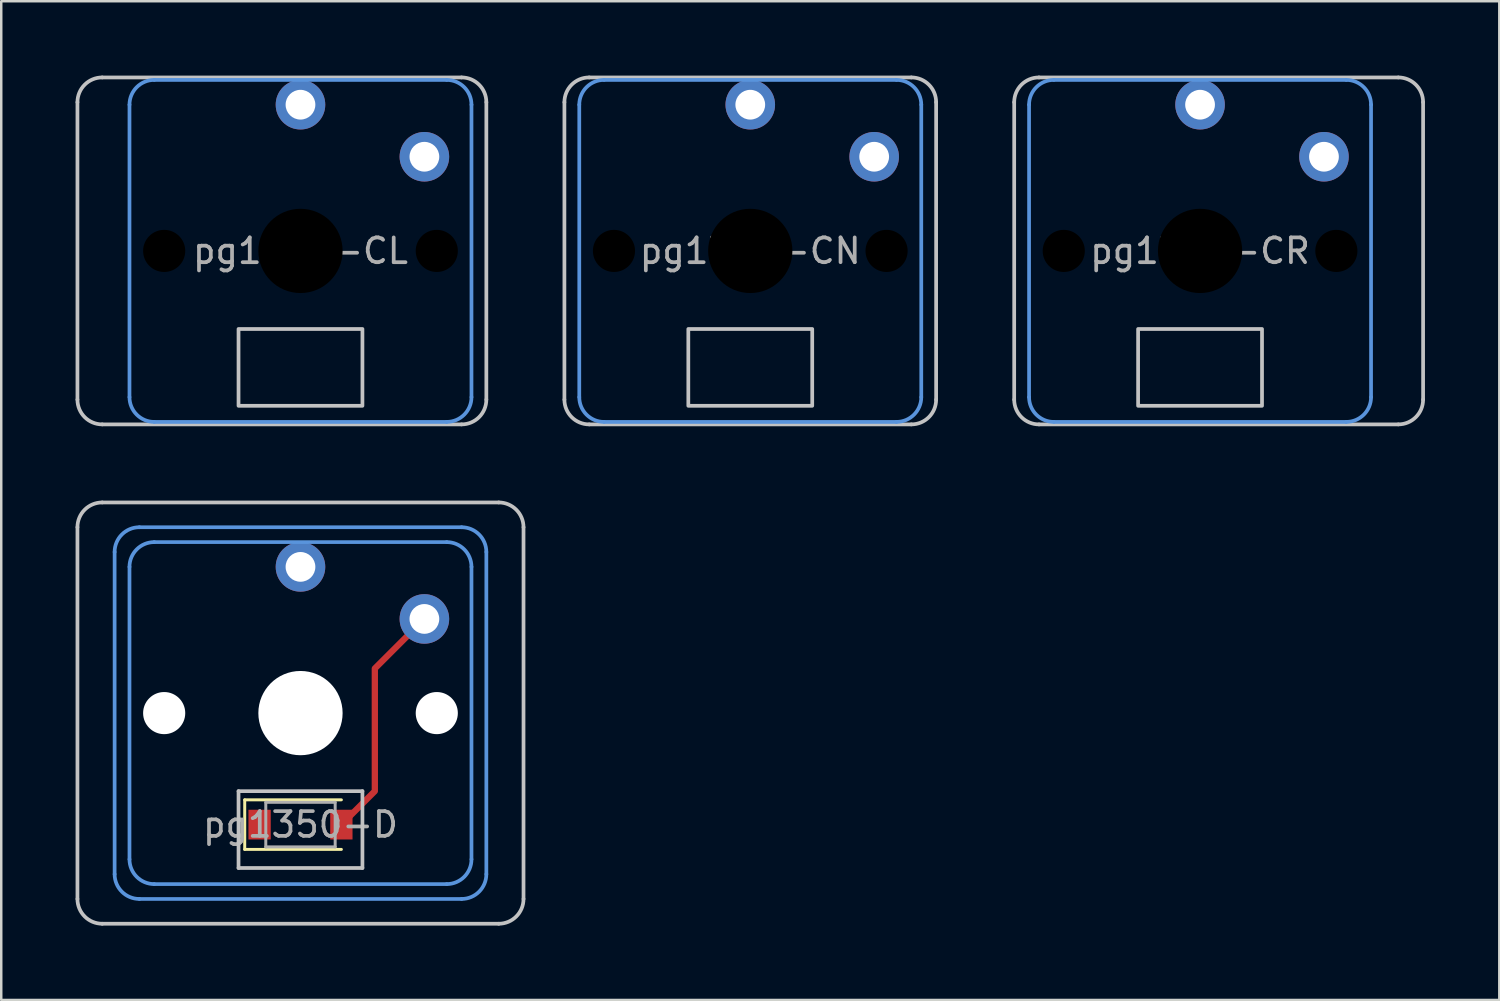
<source format=kicad_pcb>
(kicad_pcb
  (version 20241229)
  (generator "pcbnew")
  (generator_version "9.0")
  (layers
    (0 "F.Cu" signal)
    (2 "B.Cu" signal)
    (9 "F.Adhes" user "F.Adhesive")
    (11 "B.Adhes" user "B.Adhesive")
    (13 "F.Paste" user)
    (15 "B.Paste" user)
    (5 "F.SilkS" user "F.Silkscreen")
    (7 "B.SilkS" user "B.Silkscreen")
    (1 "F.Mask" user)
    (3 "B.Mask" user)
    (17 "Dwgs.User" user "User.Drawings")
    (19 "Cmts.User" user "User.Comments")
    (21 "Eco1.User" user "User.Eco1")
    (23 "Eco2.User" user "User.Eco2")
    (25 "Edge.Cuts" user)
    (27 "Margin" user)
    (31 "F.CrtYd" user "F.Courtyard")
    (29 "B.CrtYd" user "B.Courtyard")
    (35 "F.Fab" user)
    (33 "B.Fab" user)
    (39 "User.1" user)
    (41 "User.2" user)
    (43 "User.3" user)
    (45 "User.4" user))
  (footprint "pg1350-CR"
    (layer "F.Cu")
    (at 45.375 7.075)
    (property "Reference" "pg1350-CR" (at 0 0 0) (layer "F.Fab") (effects (font (size 1 1) (thickness 0.15))))
    (attr through_hole)
    (fp_line (start -7.5 6) (end -7.5 -6) (stroke (width 0.15) (type solid)) (layer "Dwgs.User"))
    (fp_line (start -6.5 -7) (end 8 -7) (stroke (width 0.15) (type solid)) (layer "Dwgs.User"))
    (fp_line (start 8 7) (end -6.5 7) (stroke (width 0.15) (type solid)) (layer "Dwgs.User"))
    (fp_line (start 9 -6) (end 9 6) (stroke (width 0.15) (type solid)) (layer "Dwgs.User"))
    (fp_rect (start 2.5 6.25) (end -2.5 3.15) (stroke (width 0.15) (type solid)) (fill no) (layer "Dwgs.User"))
    (fp_arc (start -7.5 -6) (mid -7.207107 -6.707107) (end -6.5 -7) (stroke (width 0.15) (type solid)) (layer "Dwgs.User"))
    (fp_arc (start -6.5 7) (mid -7.207107 6.707107) (end -7.5 6) (stroke (width 0.15) (type solid)) (layer "Dwgs.User"))
    (fp_arc (start 8 -7) (mid 8.707107 -6.707107) (end 9 -6) (stroke (width 0.15) (type solid)) (layer "Dwgs.User"))
    (fp_arc (start 9 6) (mid 8.707107 6.707107) (end 8 7) (stroke (width 0.15) (type solid)) (layer "Dwgs.User"))
    (fp_line (start -6.9 5.9) (end -6.9 -5.9) (stroke (width 0.15) (type solid)) (layer "Cmts.User"))
    (fp_line (start -5.9 -6.9) (end 5.9 -6.9) (stroke (width 0.15) (type solid)) (layer "Cmts.User"))
    (fp_line (start 5.9 6.9) (end -5.9 6.9) (stroke (width 0.15) (type solid)) (layer "Cmts.User"))
    (fp_line (start 6.9 -5.9) (end 6.9 5.9) (stroke (width 0.15) (type solid)) (layer "Cmts.User"))
    (fp_arc (start -6.9 -5.9) (mid -6.607107 -6.607107) (end -5.9 -6.9) (stroke (width 0.15) (type solid)) (layer "Cmts.User"))
    (fp_arc (start -5.9 6.9) (mid -6.607107 6.607107) (end -6.9 5.9) (stroke (width 0.15) (type solid)) (layer "Cmts.User"))
    (fp_arc (start 5.9 -6.9) (mid 6.607107 -6.607107) (end 6.9 -5.9) (stroke (width 0.15) (type solid)) (layer "Cmts.User"))
    (fp_arc (start 6.9 5.9) (mid 6.607107 6.607107) (end 5.9 6.9) (stroke (width 0.15) (type solid)) (layer "Cmts.User"))
    (pad "" np_thru_hole circle (at -5.5 0) (size 1.7 1.7) (drill 1.7) (layers "*.Mask"))
    (pad "" np_thru_hole circle (at 0 0) (size 3.4 3.4) (drill 3.4) (layers "*.Mask"))
    (pad "" np_thru_hole circle (at 5.5 0) (size 1.7 1.7) (drill 1.7) (layers "*.Mask"))
    (pad "1" thru_hole circle (at 0 -5.9) (size 2 2) (drill 1.2) (layers "*.Cu" "B.Mask"))
    (pad "2" thru_hole circle (at 5 -3.8) (size 2 2) (drill 1.2) (layers "*.Cu" "B.Mask")))
  (footprint "pg1350-CN"
    (layer "F.Cu")
    (at 27.225 7.075)
    (property "Reference" "pg1350-CN" (at 0 0 0) (layer "F.Fab") (effects (font (size 1 1) (thickness 0.15))))
    (attr through_hole)
    (fp_line (start -7.5 6) (end -7.5 -6) (stroke (width 0.15) (type solid)) (layer "Dwgs.User"))
    (fp_line (start -6.5 -7) (end 6.5 -7) (stroke (width 0.15) (type solid)) (layer "Dwgs.User"))
    (fp_line (start 6.5 7) (end -6.5 7) (stroke (width 0.15) (type solid)) (layer "Dwgs.User"))
    (fp_line (start 7.5 -6) (end 7.5 6) (stroke (width 0.15) (type solid)) (layer "Dwgs.User"))
    (fp_rect (start 2.5 6.25) (end -2.5 3.15) (stroke (width 0.15) (type solid)) (fill no) (layer "Dwgs.User"))
    (fp_arc (start -7.5 -6) (mid -7.207107 -6.707107) (end -6.5 -7) (stroke (width 0.15) (type solid)) (layer "Dwgs.User"))
    (fp_arc (start -6.5 7) (mid -7.207107 6.707107) (end -7.5 6) (stroke (width 0.15) (type solid)) (layer "Dwgs.User"))
    (fp_arc (start 6.5 -7) (mid 7.207107 -6.707107) (end 7.5 -6) (stroke (width 0.15) (type solid)) (layer "Dwgs.User"))
    (fp_arc (start 7.5 6) (mid 7.207107 6.707107) (end 6.5 7) (stroke (width 0.15) (type solid)) (layer "Dwgs.User"))
    (fp_line (start -6.9 5.9) (end -6.9 -5.9) (stroke (width 0.15) (type solid)) (layer "Cmts.User"))
    (fp_line (start -5.9 -6.9) (end 5.9 -6.9) (stroke (width 0.15) (type solid)) (layer "Cmts.User"))
    (fp_line (start 5.9 6.9) (end -5.9 6.9) (stroke (width 0.15) (type solid)) (layer "Cmts.User"))
    (fp_line (start 6.9 -5.9) (end 6.9 5.9) (stroke (width 0.15) (type solid)) (layer "Cmts.User"))
    (fp_arc (start -6.9 -5.9) (mid -6.607107 -6.607107) (end -5.9 -6.9) (stroke (width 0.15) (type solid)) (layer "Cmts.User"))
    (fp_arc (start -5.9 6.9) (mid -6.607107 6.607107) (end -6.9 5.9) (stroke (width 0.15) (type solid)) (layer "Cmts.User"))
    (fp_arc (start 5.9 -6.9) (mid 6.607107 -6.607107) (end 6.9 -5.9) (stroke (width 0.15) (type solid)) (layer "Cmts.User"))
    (fp_arc (start 6.9 5.9) (mid 6.607107 6.607107) (end 5.9 6.9) (stroke (width 0.15) (type solid)) (layer "Cmts.User"))
    (pad "" np_thru_hole circle (at -5.5 0) (size 1.7 1.7) (drill 1.7) (layers "*.Mask"))
    (pad "" np_thru_hole circle (at 0 0) (size 3.4 3.4) (drill 3.4) (layers "*.Mask"))
    (pad "" np_thru_hole circle (at 5.5 0) (size 1.7 1.7) (drill 1.7) (layers "*.Mask"))
    (pad "1" thru_hole circle (at 0 -5.9) (size 2 2) (drill 1.2) (layers "*.Cu" "B.Mask"))
    (pad "2" thru_hole circle (at 5 -3.8) (size 2 2) (drill 1.2) (layers "*.Cu" "B.Mask")))
  (footprint "pg1350-D"
    (layer "F.Cu")
    (at 9.075 30.225)
    (property "Reference" "pg1350-D" (at 0 0 0) (layer "F.Fab") (effects (font (size 1 1) (thickness 0.15))))
    (attr through_hole)
    (fp_line (start -2.25 -1) (end -2.25 1) (stroke (width 0.12) (type solid)) (layer "F.SilkS"))
    (fp_line (start -2.25 -1) (end 1.65 -1) (stroke (width 0.12) (type solid)) (layer "F.SilkS"))
    (fp_line (start -2.25 1) (end 1.65 1) (stroke (width 0.12) (type solid)) (layer "F.SilkS"))
    (fp_line (start -9 3) (end -9 -12) (stroke (width 0.15) (type solid)) (layer "Dwgs.User"))
    (fp_line (start -8 -13) (end 8 -13) (stroke (width 0.15) (type solid)) (layer "Dwgs.User"))
    (fp_line (start -2.5 -1.35) (end -2.5 1.75) (stroke (width 0.15) (type solid)) (layer "Dwgs.User"))
    (fp_line (start -2.5 1.75) (end 2.5 1.75) (stroke (width 0.15) (type solid)) (layer "Dwgs.User"))
    (fp_line (start 2.5 -1.35) (end -2.5 -1.35) (stroke (width 0.15) (type solid)) (layer "Dwgs.User"))
    (fp_line (start 2.5 1.75) (end 2.5 -1.35) (stroke (width 0.15) (type solid)) (layer "Dwgs.User"))
    (fp_line (start 8 4) (end -8 4) (stroke (width 0.15) (type solid)) (layer "Dwgs.User"))
    (fp_line (start 9 -12) (end 9 3) (stroke (width 0.15) (type solid)) (layer "Dwgs.User"))
    (fp_arc (start -9 -12) (mid -8.707107 -12.707107) (end -8 -13) (stroke (width 0.15) (type solid)) (layer "Dwgs.User"))
    (fp_arc (start -8 4) (mid -8.707107 3.707107) (end -9 3) (stroke (width 0.15) (type solid)) (layer "Dwgs.User"))
    (fp_arc (start 8 -13) (mid 8.707107 -12.707107) (end 9 -12) (stroke (width 0.15) (type solid)) (layer "Dwgs.User"))
    (fp_arc (start 9 3) (mid 8.707107 3.707107) (end 8 4) (stroke (width 0.15) (type solid)) (layer "Dwgs.User"))
    (fp_line (start -7.5 2) (end -7.5 -11) (stroke (width 0.15) (type solid)) (layer "Cmts.User"))
    (fp_line (start -6.9 1.4) (end -6.9 -10.4) (stroke (width 0.15) (type solid)) (layer "Cmts.User"))
    (fp_line (start -6.5 -12) (end 6.5 -12) (stroke (width 0.15) (type solid)) (layer "Cmts.User"))
    (fp_line (start -5.9 -11.4) (end 5.9 -11.4) (stroke (width 0.15) (type solid)) (layer "Cmts.User"))
    (fp_line (start 5.9 2.4) (end -5.9 2.4) (stroke (width 0.15) (type solid)) (layer "Cmts.User"))
    (fp_line (start 6.5 3) (end -6.5 3) (stroke (width 0.15) (type solid)) (layer "Cmts.User"))
    (fp_line (start 6.9 -10.4) (end 6.9 1.4) (stroke (width 0.15) (type solid)) (layer "Cmts.User"))
    (fp_line (start 7.5 -11) (end 7.5 2) (stroke (width 0.15) (type solid)) (layer "Cmts.User"))
    (fp_arc (start -7.5 -11) (mid -7.207107 -11.707107) (end -6.5 -12) (stroke (width 0.15) (type solid)) (layer "Cmts.User"))
    (fp_arc (start -6.9 -10.4) (mid -6.607107 -11.107107) (end -5.9 -11.4) (stroke (width 0.15) (type solid)) (layer "Cmts.User"))
    (fp_arc (start -6.5 3) (mid -7.207107 2.707107) (end -7.5 2) (stroke (width 0.15) (type solid)) (layer "Cmts.User"))
    (fp_arc (start -5.9 2.4) (mid -6.607107 2.107107) (end -6.9 1.4) (stroke (width 0.15) (type solid)) (layer "Cmts.User"))
    (fp_arc (start 5.9 -11.4) (mid 6.607107 -11.107107) (end 6.9 -10.4) (stroke (width 0.15) (type solid)) (layer "Cmts.User"))
    (fp_arc (start 6.5 -12) (mid 7.207107 -11.707107) (end 7.5 -11) (stroke (width 0.15) (type solid)) (layer "Cmts.User"))
    (fp_arc (start 6.9 1.4) (mid 6.607107 2.107107) (end 5.9 2.4) (stroke (width 0.15) (type solid)) (layer "Cmts.User"))
    (fp_arc (start 7.5 2) (mid 7.207107 2.707107) (end 6.5 3) (stroke (width 0.15) (type solid)) (layer "Cmts.User"))
    (fp_line (start -1.4 -0.9) (end -1.4 0.9) (stroke (width 0.12) (type solid)) (layer "F.Fab"))
    (fp_line (start -1.4 0.9) (end 1.4 0.9) (stroke (width 0.12) (type solid)) (layer "F.Fab"))
    (fp_line (start 1.4 -0.9) (end -1.4 -0.9) (stroke (width 0.12) (type solid)) (layer "F.Fab"))
    (fp_line (start 1.4 0.9) (end 1.4 -0.9) (stroke (width 0.12) (type solid)) (layer "F.Fab"))
    (pad "" np_thru_hole circle (at -5.5 -4.5) (size 1.7 1.7) (drill 1.7) (layers "*.Cu" "*.Mask"))
    (pad "" np_thru_hole circle (at 0 -4.5) (size 3.4 3.4) (drill 3.4) (layers "*.Cu" "*.Mask"))
    (pad "" np_thru_hole circle (at 5.5 -4.5) (size 1.7 1.7) (drill 1.7) (layers "*.Cu" "*.Mask"))
    (pad "1" thru_hole circle (at 0 -10.4) (size 2 2) (drill 1.2) (layers "*.Cu" "B.Mask"))
    (pad "2" smd rect (at -1.65 0) (size 0.9 1.2) (layers "F.Cu" "F.Mask" "F.Paste"))
    (pad "3" smd rect (at 1.65 0) (size 0.9 1.2) (layers "F.Cu" "F.Mask" "F.Paste"))
    (pad "3" smd custom (at 5 -8.3) (size 0.001 0.001) (layers "F.Cu") (options (anchor circle)) (primitives (gr_line (start 0 0) (end -2 2) (width 0.254)) (gr_line (start -2 2) (end -2 6.95) (width 0.254)) (gr_line (start -2 6.95) (end -3.35 8.3) (width 0.254))))
    (pad "3" thru_hole circle (at 5 -8.3) (size 2 2) (drill 1.2) (layers "*.Cu" "B.Mask")))
  (footprint "pg1350-CL"
    (layer "F.Cu")
    (at 9.075 7.075)
    (property "Reference" "pg1350-CL" (at 0 0 0) (layer "F.Fab") (effects (font (size 1 1) (thickness 0.15))))
    (attr through_hole)
    (fp_line (start -9 6) (end -9 -6) (stroke (width 0.15) (type solid)) (layer "Dwgs.User"))
    (fp_line (start -8 -7) (end 6.5 -7) (stroke (width 0.15) (type solid)) (layer "Dwgs.User"))
    (fp_line (start 6.5 7) (end -8 7) (stroke (width 0.15) (type solid)) (layer "Dwgs.User"))
    (fp_line (start 7.5 -6) (end 7.5 6) (stroke (width 0.15) (type solid)) (layer "Dwgs.User"))
    (fp_rect (start 2.5 6.25) (end -2.5 3.15) (stroke (width 0.15) (type solid)) (fill no) (layer "Dwgs.User"))
    (fp_arc (start -9 -6) (mid -8.707107 -6.707107) (end -8 -7) (stroke (width 0.15) (type solid)) (layer "Dwgs.User"))
    (fp_arc (start -8 7) (mid -8.707107 6.707107) (end -9 6) (stroke (width 0.15) (type solid)) (layer "Dwgs.User"))
    (fp_arc (start 6.5 -7) (mid 7.207107 -6.707107) (end 7.5 -6) (stroke (width 0.15) (type solid)) (layer "Dwgs.User"))
    (fp_arc (start 7.5 6) (mid 7.207107 6.707107) (end 6.5 7) (stroke (width 0.15) (type solid)) (layer "Dwgs.User"))
    (fp_line (start -6.9 5.9) (end -6.9 -5.9) (stroke (width 0.15) (type solid)) (layer "Cmts.User"))
    (fp_line (start -5.9 -6.9) (end 5.9 -6.9) (stroke (width 0.15) (type solid)) (layer "Cmts.User"))
    (fp_line (start 5.9 6.9) (end -5.9 6.9) (stroke (width 0.15) (type solid)) (layer "Cmts.User"))
    (fp_line (start 6.9 -5.9) (end 6.9 5.9) (stroke (width 0.15) (type solid)) (layer "Cmts.User"))
    (fp_arc (start -6.9 -5.9) (mid -6.607107 -6.607107) (end -5.9 -6.9) (stroke (width 0.15) (type solid)) (layer "Cmts.User"))
    (fp_arc (start -5.9 6.9) (mid -6.607107 6.607107) (end -6.9 5.9) (stroke (width 0.15) (type solid)) (layer "Cmts.User"))
    (fp_arc (start 5.9 -6.9) (mid 6.607107 -6.607107) (end 6.9 -5.9) (stroke (width 0.15) (type solid)) (layer "Cmts.User"))
    (fp_arc (start 6.9 5.9) (mid 6.607107 6.607107) (end 5.9 6.9) (stroke (width 0.15) (type solid)) (layer "Cmts.User"))
    (pad "" np_thru_hole circle (at -5.5 0) (size 1.7 1.7) (drill 1.7) (layers "*.Mask"))
    (pad "" np_thru_hole circle (at 0 0) (size 3.4 3.4) (drill 3.4) (layers "*.Mask"))
    (pad "" np_thru_hole circle (at 5.5 0) (size 1.7 1.7) (drill 1.7) (layers "*.Mask"))
    (pad "1" thru_hole circle (at 0 -5.9) (size 2 2) (drill 1.2) (layers "*.Cu" "B.Mask"))
    (pad "2" thru_hole circle (at 5 -3.8) (size 2 2) (drill 1.2) (layers "*.Cu" "B.Mask")))
  (gr_rect
    (start -3 -3)
    (end 57.45 37.3)
    (stroke (width 0.1) (type default))
    (fill no)
    (layer "Edge.Cuts")))
</source>
